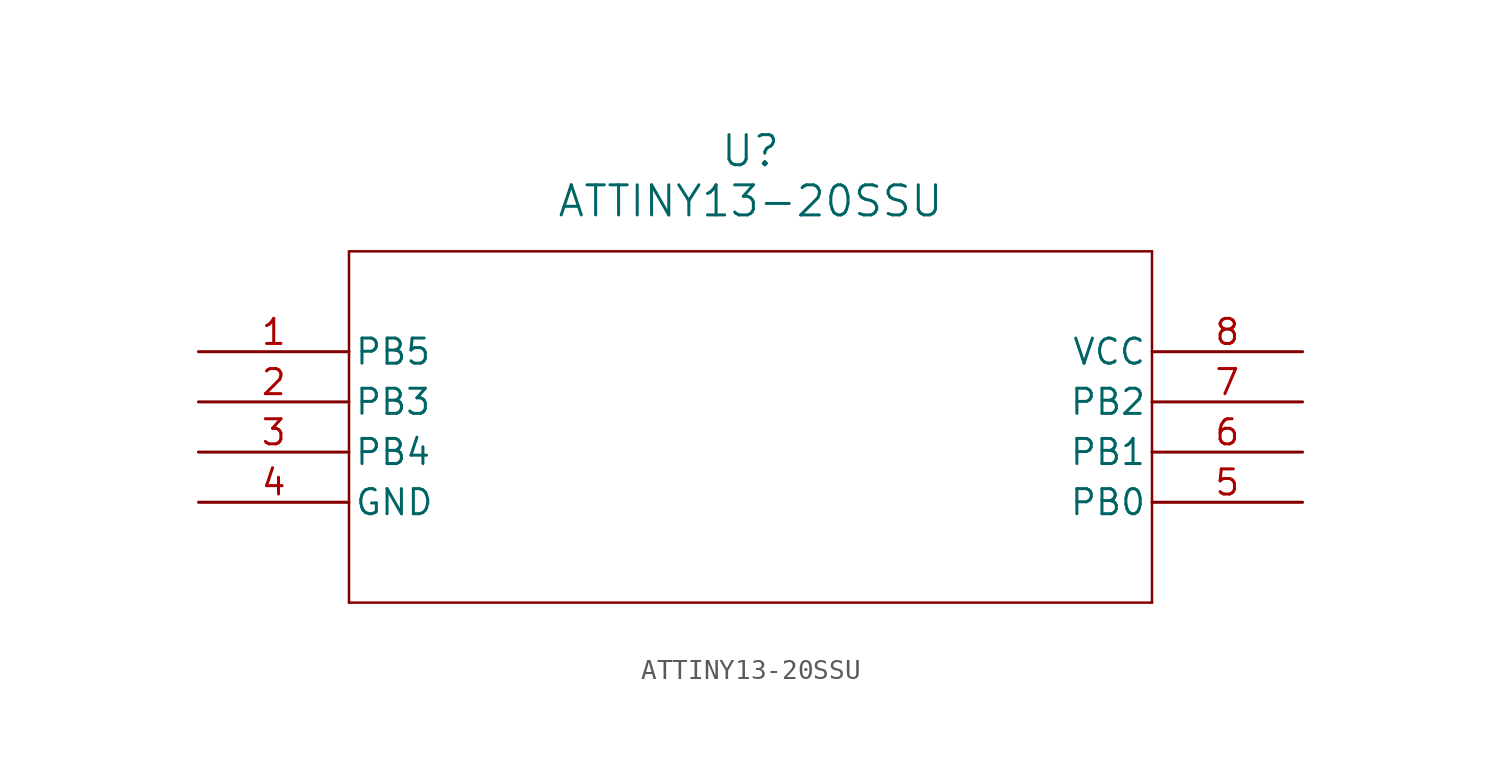
<source format=kicad_sym>
(kicad_symbol_lib
  (version 20211014)
  (generator kicad_symbol_editor)
  (symbol "ATTINY13-20SSU"
    (pin_names
      (offset 0.254))
    (property "Reference" "U"
      (at 27.94 10.16 0)
      (effects (font (size 1.524 1.524))))
    (property "Value" "ATTINY13-20SSU"
      (at 27.94 7.62 0)
      (effects (font (size 1.524 1.524))))
    (symbol "ATTINY13-20SSU_0_1"
      (polyline (pts (xy 7.62 5.08) (xy 7.62 -12.7)) (stroke (width 0.127) (type default) (color 0 0 0 0)) (fill (type none)))
      (polyline (pts (xy 7.62 -12.7) (xy 48.26 -12.7)) (stroke (width 0.127) (type default) (color 0 0 0 0)) (fill (type none)))
      (polyline (pts (xy 48.26 -12.7) (xy 48.26 5.08)) (stroke (width 0.127) (type default) (color 0 0 0 0)) (fill (type none)))
      (polyline (pts (xy 48.26 5.08) (xy 7.62 5.08)) (stroke (width 0.127) (type default) (color 0 0 0 0)) (fill (type none)))
      (pin bidirectional line (at 0 0 0) (length 7.62) (name "PB5" (effects (font (size 1.27 1.27)))) (number "1" (effects (font (size 1.27 1.27)))))
      (pin bidirectional line (at 0 -2.54 0) (length 7.62) (name "PB3" (effects (font (size 1.27 1.27)))) (number "2" (effects (font (size 1.27 1.27)))))
      (pin bidirectional line (at 0 -5.08 0) (length 7.62) (name "PB4" (effects (font (size 1.27 1.27)))) (number "3" (effects (font (size 1.27 1.27)))))
      (pin power_in line (at 0 -7.62 0) (length 7.62) (name "GND" (effects (font (size 1.27 1.27)))) (number "4" (effects (font (size 1.27 1.27)))))
      (pin bidirectional line (at 55.88 -7.62 180) (length 7.62) (name "PB0" (effects (font (size 1.27 1.27)))) (number "5" (effects (font (size 1.27 1.27)))))
      (pin bidirectional line (at 55.88 -5.08 180) (length 7.62) (name "PB1" (effects (font (size 1.27 1.27)))) (number "6" (effects (font (size 1.27 1.27)))))
      (pin bidirectional line (at 55.88 -2.54 180) (length 7.62) (name "PB2" (effects (font (size 1.27 1.27)))) (number "7" (effects (font (size 1.27 1.27)))))
      (pin power_in line (at 55.88 0 180) (length 7.62) (name "VCC" (effects (font (size 1.27 1.27)))) (number "8" (effects (font (size 1.27 1.27))))))))
</source>
